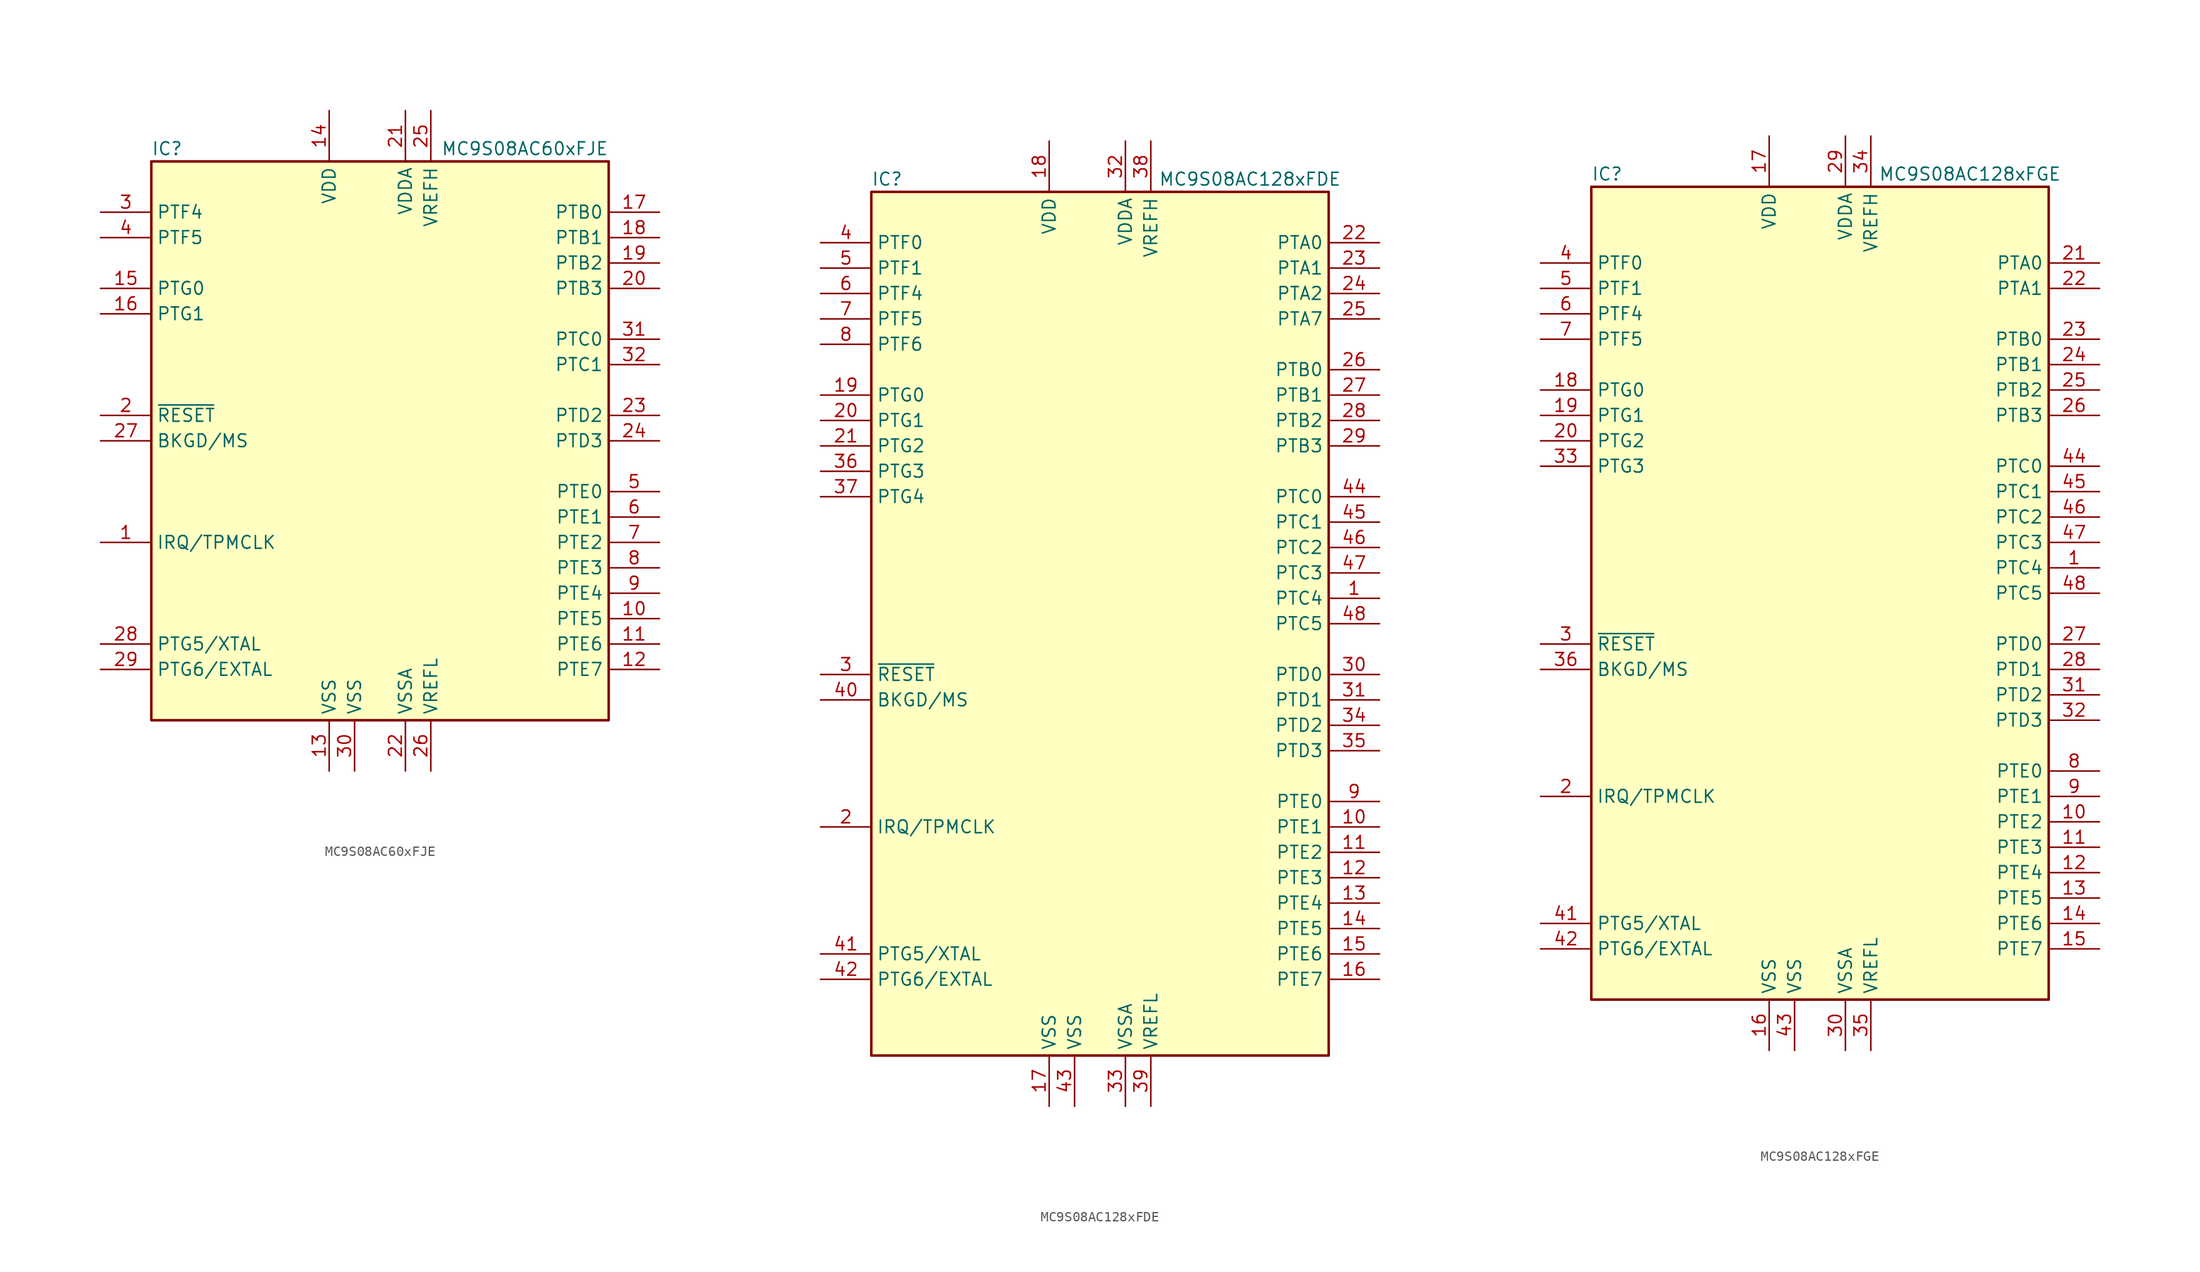
<source format=kicad_sym>
(kicad_symbol_lib
  (version 20201005)
  (generator kicad_symbol_editor)
  (symbol "MCU_NXP_S08:MC9S08AC60xFJE"
    (property "Reference" "IC"
      (at -22.86 29.21 0)
      (effects (font (size 1.27 1.27)) (justify left)))
    (property "Value" "MC9S08AC60xFJE"
      (at 22.86 29.21 0)
      (effects (font (size 1.27 1.27)) (justify right)))
    (symbol "MC9S08AC60xFJE_0_1"
      (rectangle (start -22.86 27.94) (end 22.86 -27.94) (stroke (width 0.254)) (fill (type background))))
    (symbol "MC9S08AC60xFJE_1_1"
      (pin input line (at -27.94 -10.16 0) (length 5.08) (name "IRQ/TPMCLK" (effects (font (size 1.27 1.27)))) (number "1" (effects (font (size 1.27 1.27)))))
      (pin bidirectional line (at 27.94 -17.78 180) (length 5.08) (name "PTE5" (effects (font (size 1.27 1.27)))) (number "10" (effects (font (size 1.27 1.27)))))
      (pin bidirectional line (at 27.94 -20.32 180) (length 5.08) (name "PTE6" (effects (font (size 1.27 1.27)))) (number "11" (effects (font (size 1.27 1.27)))))
      (pin bidirectional line (at 27.94 -22.86 180) (length 5.08) (name "PTE7" (effects (font (size 1.27 1.27)))) (number "12" (effects (font (size 1.27 1.27)))))
      (pin power_in line (at -5.08 -33.02 90) (length 5.08) (name "VSS" (effects (font (size 1.27 1.27)))) (number "13" (effects (font (size 1.27 1.27)))))
      (pin power_in line (at -5.08 33.02 270) (length 5.08) (name "VDD" (effects (font (size 1.27 1.27)))) (number "14" (effects (font (size 1.27 1.27)))))
      (pin bidirectional line (at -27.94 15.24 0) (length 5.08) (name "PTG0" (effects (font (size 1.27 1.27)))) (number "15" (effects (font (size 1.27 1.27)))))
      (pin bidirectional line (at -27.94 12.7 0) (length 5.08) (name "PTG1" (effects (font (size 1.27 1.27)))) (number "16" (effects (font (size 1.27 1.27)))))
      (pin bidirectional line (at 27.94 22.86 180) (length 5.08) (name "PTB0" (effects (font (size 1.27 1.27)))) (number "17" (effects (font (size 1.27 1.27)))))
      (pin bidirectional line (at 27.94 20.32 180) (length 5.08) (name "PTB1" (effects (font (size 1.27 1.27)))) (number "18" (effects (font (size 1.27 1.27)))))
      (pin bidirectional line (at 27.94 17.78 180) (length 5.08) (name "PTB2" (effects (font (size 1.27 1.27)))) (number "19" (effects (font (size 1.27 1.27)))))
      (pin input line (at -27.94 2.54 0) (length 5.08) (name "~RESET" (effects (font (size 1.27 1.27)))) (number "2" (effects (font (size 1.27 1.27)))))
      (pin bidirectional line (at 27.94 15.24 180) (length 5.08) (name "PTB3" (effects (font (size 1.27 1.27)))) (number "20" (effects (font (size 1.27 1.27)))))
      (pin power_in line (at 2.54 33.02 270) (length 5.08) (name "VDDA" (effects (font (size 1.27 1.27)))) (number "21" (effects (font (size 1.27 1.27)))))
      (pin power_in line (at 2.54 -33.02 90) (length 5.08) (name "VSSA" (effects (font (size 1.27 1.27)))) (number "22" (effects (font (size 1.27 1.27)))))
      (pin bidirectional line (at 27.94 2.54 180) (length 5.08) (name "PTD2" (effects (font (size 1.27 1.27)))) (number "23" (effects (font (size 1.27 1.27)))))
      (pin bidirectional line (at 27.94 0 180) (length 5.08) (name "PTD3" (effects (font (size 1.27 1.27)))) (number "24" (effects (font (size 1.27 1.27)))))
      (pin power_in line (at 5.08 33.02 270) (length 5.08) (name "VREFH" (effects (font (size 1.27 1.27)))) (number "25" (effects (font (size 1.27 1.27)))))
      (pin power_in line (at 5.08 -33.02 90) (length 5.08) (name "VREFL" (effects (font (size 1.27 1.27)))) (number "26" (effects (font (size 1.27 1.27)))))
      (pin bidirectional line (at -27.94 0 0) (length 5.08) (name "BKGD/MS" (effects (font (size 1.27 1.27)))) (number "27" (effects (font (size 1.27 1.27)))))
      (pin bidirectional line (at -27.94 -20.32 0) (length 5.08) (name "PTG5/XTAL" (effects (font (size 1.27 1.27)))) (number "28" (effects (font (size 1.27 1.27)))))
      (pin bidirectional line (at -27.94 -22.86 0) (length 5.08) (name "PTG6/EXTAL" (effects (font (size 1.27 1.27)))) (number "29" (effects (font (size 1.27 1.27)))))
      (pin bidirectional line (at -27.94 22.86 0) (length 5.08) (name "PTF4" (effects (font (size 1.27 1.27)))) (number "3" (effects (font (size 1.27 1.27)))))
      (pin power_in line (at -2.54 -33.02 90) (length 5.08) (name "VSS" (effects (font (size 1.27 1.27)))) (number "30" (effects (font (size 1.27 1.27)))))
      (pin bidirectional line (at 27.94 10.16 180) (length 5.08) (name "PTC0" (effects (font (size 1.27 1.27)))) (number "31" (effects (font (size 1.27 1.27)))))
      (pin bidirectional line (at 27.94 7.62 180) (length 5.08) (name "PTC1" (effects (font (size 1.27 1.27)))) (number "32" (effects (font (size 1.27 1.27)))))
      (pin bidirectional line (at -27.94 20.32 0) (length 5.08) (name "PTF5" (effects (font (size 1.27 1.27)))) (number "4" (effects (font (size 1.27 1.27)))))
      (pin bidirectional line (at 27.94 -5.08 180) (length 5.08) (name "PTE0" (effects (font (size 1.27 1.27)))) (number "5" (effects (font (size 1.27 1.27)))))
      (pin bidirectional line (at 27.94 -7.62 180) (length 5.08) (name "PTE1" (effects (font (size 1.27 1.27)))) (number "6" (effects (font (size 1.27 1.27)))))
      (pin bidirectional line (at 27.94 -10.16 180) (length 5.08) (name "PTE2" (effects (font (size 1.27 1.27)))) (number "7" (effects (font (size 1.27 1.27)))))
      (pin bidirectional line (at 27.94 -12.7 180) (length 5.08) (name "PTE3" (effects (font (size 1.27 1.27)))) (number "8" (effects (font (size 1.27 1.27)))))
      (pin bidirectional line (at 27.94 -15.24 180) (length 5.08) (name "PTE4" (effects (font (size 1.27 1.27)))) (number "9" (effects (font (size 1.27 1.27)))))))
  (symbol "MCU_NXP_S08:MC9S08AC128xFDE"
    (property "Reference" "IC"
      (at -22.86 44.45 0)
      (effects (font (size 1.27 1.27)) (justify left)))
    (property "Value" "MC9S08AC128xFDE"
      (at 24.13 44.45 0)
      (effects (font (size 1.27 1.27)) (justify right)))
    (symbol "MC9S08AC128xFDE_0_1"
      (rectangle (start -22.86 43.18) (end 22.86 -43.18) (stroke (width 0.254)) (fill (type background))))
    (symbol "MC9S08AC128xFDE_1_1"
      (pin bidirectional line (at 27.94 2.54 180) (length 5.08) (name "PTC4" (effects (font (size 1.27 1.27)))) (number "1" (effects (font (size 1.27 1.27)))))
      (pin bidirectional line (at 27.94 -20.32 180) (length 5.08) (name "PTE1" (effects (font (size 1.27 1.27)))) (number "10" (effects (font (size 1.27 1.27)))))
      (pin bidirectional line (at 27.94 -22.86 180) (length 5.08) (name "PTE2" (effects (font (size 1.27 1.27)))) (number "11" (effects (font (size 1.27 1.27)))))
      (pin bidirectional line (at 27.94 -25.4 180) (length 5.08) (name "PTE3" (effects (font (size 1.27 1.27)))) (number "12" (effects (font (size 1.27 1.27)))))
      (pin bidirectional line (at 27.94 -27.94 180) (length 5.08) (name "PTE4" (effects (font (size 1.27 1.27)))) (number "13" (effects (font (size 1.27 1.27)))))
      (pin bidirectional line (at 27.94 -30.48 180) (length 5.08) (name "PTE5" (effects (font (size 1.27 1.27)))) (number "14" (effects (font (size 1.27 1.27)))))
      (pin bidirectional line (at 27.94 -33.02 180) (length 5.08) (name "PTE6" (effects (font (size 1.27 1.27)))) (number "15" (effects (font (size 1.27 1.27)))))
      (pin bidirectional line (at 27.94 -35.56 180) (length 5.08) (name "PTE7" (effects (font (size 1.27 1.27)))) (number "16" (effects (font (size 1.27 1.27)))))
      (pin power_in line (at -5.08 -48.26 90) (length 5.08) (name "VSS" (effects (font (size 1.27 1.27)))) (number "17" (effects (font (size 1.27 1.27)))))
      (pin power_in line (at -5.08 48.26 270) (length 5.08) (name "VDD" (effects (font (size 1.27 1.27)))) (number "18" (effects (font (size 1.27 1.27)))))
      (pin bidirectional line (at -27.94 22.86 0) (length 5.08) (name "PTG0" (effects (font (size 1.27 1.27)))) (number "19" (effects (font (size 1.27 1.27)))))
      (pin input line (at -27.94 -20.32 0) (length 5.08) (name "IRQ/TPMCLK" (effects (font (size 1.27 1.27)))) (number "2" (effects (font (size 1.27 1.27)))))
      (pin bidirectional line (at -27.94 20.32 0) (length 5.08) (name "PTG1" (effects (font (size 1.27 1.27)))) (number "20" (effects (font (size 1.27 1.27)))))
      (pin bidirectional line (at -27.94 17.78 0) (length 5.08) (name "PTG2" (effects (font (size 1.27 1.27)))) (number "21" (effects (font (size 1.27 1.27)))))
      (pin bidirectional line (at 27.94 38.1 180) (length 5.08) (name "PTA0" (effects (font (size 1.27 1.27)))) (number "22" (effects (font (size 1.27 1.27)))))
      (pin bidirectional line (at 27.94 35.56 180) (length 5.08) (name "PTA1" (effects (font (size 1.27 1.27)))) (number "23" (effects (font (size 1.27 1.27)))))
      (pin bidirectional line (at 27.94 33.02 180) (length 5.08) (name "PTA2" (effects (font (size 1.27 1.27)))) (number "24" (effects (font (size 1.27 1.27)))))
      (pin bidirectional line (at 27.94 30.48 180) (length 5.08) (name "PTA7" (effects (font (size 1.27 1.27)))) (number "25" (effects (font (size 1.27 1.27)))))
      (pin bidirectional line (at 27.94 25.4 180) (length 5.08) (name "PTB0" (effects (font (size 1.27 1.27)))) (number "26" (effects (font (size 1.27 1.27)))))
      (pin bidirectional line (at 27.94 22.86 180) (length 5.08) (name "PTB1" (effects (font (size 1.27 1.27)))) (number "27" (effects (font (size 1.27 1.27)))))
      (pin bidirectional line (at 27.94 20.32 180) (length 5.08) (name "PTB2" (effects (font (size 1.27 1.27)))) (number "28" (effects (font (size 1.27 1.27)))))
      (pin bidirectional line (at 27.94 17.78 180) (length 5.08) (name "PTB3" (effects (font (size 1.27 1.27)))) (number "29" (effects (font (size 1.27 1.27)))))
      (pin input line (at -27.94 -5.08 0) (length 5.08) (name "~RESET" (effects (font (size 1.27 1.27)))) (number "3" (effects (font (size 1.27 1.27)))))
      (pin bidirectional line (at 27.94 -5.08 180) (length 5.08) (name "PTD0" (effects (font (size 1.27 1.27)))) (number "30" (effects (font (size 1.27 1.27)))))
      (pin bidirectional line (at 27.94 -7.62 180) (length 5.08) (name "PTD1" (effects (font (size 1.27 1.27)))) (number "31" (effects (font (size 1.27 1.27)))))
      (pin power_in line (at 2.54 48.26 270) (length 5.08) (name "VDDA" (effects (font (size 1.27 1.27)))) (number "32" (effects (font (size 1.27 1.27)))))
      (pin power_in line (at 2.54 -48.26 90) (length 5.08) (name "VSSA" (effects (font (size 1.27 1.27)))) (number "33" (effects (font (size 1.27 1.27)))))
      (pin bidirectional line (at 27.94 -10.16 180) (length 5.08) (name "PTD2" (effects (font (size 1.27 1.27)))) (number "34" (effects (font (size 1.27 1.27)))))
      (pin bidirectional line (at 27.94 -12.7 180) (length 5.08) (name "PTD3" (effects (font (size 1.27 1.27)))) (number "35" (effects (font (size 1.27 1.27)))))
      (pin bidirectional line (at -27.94 15.24 0) (length 5.08) (name "PTG3" (effects (font (size 1.27 1.27)))) (number "36" (effects (font (size 1.27 1.27)))))
      (pin bidirectional line (at -27.94 12.7 0) (length 5.08) (name "PTG4" (effects (font (size 1.27 1.27)))) (number "37" (effects (font (size 1.27 1.27)))))
      (pin power_in line (at 5.08 48.26 270) (length 5.08) (name "VREFH" (effects (font (size 1.27 1.27)))) (number "38" (effects (font (size 1.27 1.27)))))
      (pin power_in line (at 5.08 -48.26 90) (length 5.08) (name "VREFL" (effects (font (size 1.27 1.27)))) (number "39" (effects (font (size 1.27 1.27)))))
      (pin bidirectional line (at -27.94 38.1 0) (length 5.08) (name "PTF0" (effects (font (size 1.27 1.27)))) (number "4" (effects (font (size 1.27 1.27)))))
      (pin bidirectional line (at -27.94 -7.62 0) (length 5.08) (name "BKGD/MS" (effects (font (size 1.27 1.27)))) (number "40" (effects (font (size 1.27 1.27)))))
      (pin bidirectional line (at -27.94 -33.02 0) (length 5.08) (name "PTG5/XTAL" (effects (font (size 1.27 1.27)))) (number "41" (effects (font (size 1.27 1.27)))))
      (pin bidirectional line (at -27.94 -35.56 0) (length 5.08) (name "PTG6/EXTAL" (effects (font (size 1.27 1.27)))) (number "42" (effects (font (size 1.27 1.27)))))
      (pin power_in line (at -2.54 -48.26 90) (length 5.08) (name "VSS" (effects (font (size 1.27 1.27)))) (number "43" (effects (font (size 1.27 1.27)))))
      (pin bidirectional line (at 27.94 12.7 180) (length 5.08) (name "PTC0" (effects (font (size 1.27 1.27)))) (number "44" (effects (font (size 1.27 1.27)))))
      (pin bidirectional line (at 27.94 10.16 180) (length 5.08) (name "PTC1" (effects (font (size 1.27 1.27)))) (number "45" (effects (font (size 1.27 1.27)))))
      (pin bidirectional line (at 27.94 7.62 180) (length 5.08) (name "PTC2" (effects (font (size 1.27 1.27)))) (number "46" (effects (font (size 1.27 1.27)))))
      (pin bidirectional line (at 27.94 5.08 180) (length 5.08) (name "PTC3" (effects (font (size 1.27 1.27)))) (number "47" (effects (font (size 1.27 1.27)))))
      (pin bidirectional line (at 27.94 0 180) (length 5.08) (name "PTC5" (effects (font (size 1.27 1.27)))) (number "48" (effects (font (size 1.27 1.27)))))
      (pin bidirectional line (at -27.94 35.56 0) (length 5.08) (name "PTF1" (effects (font (size 1.27 1.27)))) (number "5" (effects (font (size 1.27 1.27)))))
      (pin bidirectional line (at -27.94 33.02 0) (length 5.08) (name "PTF4" (effects (font (size 1.27 1.27)))) (number "6" (effects (font (size 1.27 1.27)))))
      (pin bidirectional line (at -27.94 30.48 0) (length 5.08) (name "PTF5" (effects (font (size 1.27 1.27)))) (number "7" (effects (font (size 1.27 1.27)))))
      (pin bidirectional line (at -27.94 27.94 0) (length 5.08) (name "PTF6" (effects (font (size 1.27 1.27)))) (number "8" (effects (font (size 1.27 1.27)))))
      (pin bidirectional line (at 27.94 -17.78 180) (length 5.08) (name "PTE0" (effects (font (size 1.27 1.27)))) (number "9" (effects (font (size 1.27 1.27)))))))
  (symbol "MCU_NXP_S08:MC9S08AC128xFGE"
    (property "Reference" "IC"
      (at -22.86 41.91 0)
      (effects (font (size 1.27 1.27)) (justify left)))
    (property "Value" "MC9S08AC128xFGE"
      (at 24.13 41.91 0)
      (effects (font (size 1.27 1.27)) (justify right)))
    (symbol "MC9S08AC128xFGE_0_1"
      (rectangle (start -22.86 40.64) (end 22.86 -40.64) (stroke (width 0.254)) (fill (type background))))
    (symbol "MC9S08AC128xFGE_1_1"
      (pin bidirectional line (at 27.94 2.54 180) (length 5.08) (name "PTC4" (effects (font (size 1.27 1.27)))) (number "1" (effects (font (size 1.27 1.27)))))
      (pin bidirectional line (at 27.94 -22.86 180) (length 5.08) (name "PTE2" (effects (font (size 1.27 1.27)))) (number "10" (effects (font (size 1.27 1.27)))))
      (pin bidirectional line (at 27.94 -25.4 180) (length 5.08) (name "PTE3" (effects (font (size 1.27 1.27)))) (number "11" (effects (font (size 1.27 1.27)))))
      (pin bidirectional line (at 27.94 -27.94 180) (length 5.08) (name "PTE4" (effects (font (size 1.27 1.27)))) (number "12" (effects (font (size 1.27 1.27)))))
      (pin bidirectional line (at 27.94 -30.48 180) (length 5.08) (name "PTE5" (effects (font (size 1.27 1.27)))) (number "13" (effects (font (size 1.27 1.27)))))
      (pin bidirectional line (at 27.94 -33.02 180) (length 5.08) (name "PTE6" (effects (font (size 1.27 1.27)))) (number "14" (effects (font (size 1.27 1.27)))))
      (pin bidirectional line (at 27.94 -35.56 180) (length 5.08) (name "PTE7" (effects (font (size 1.27 1.27)))) (number "15" (effects (font (size 1.27 1.27)))))
      (pin power_in line (at -5.08 -45.72 90) (length 5.08) (name "VSS" (effects (font (size 1.27 1.27)))) (number "16" (effects (font (size 1.27 1.27)))))
      (pin power_in line (at -5.08 45.72 270) (length 5.08) (name "VDD" (effects (font (size 1.27 1.27)))) (number "17" (effects (font (size 1.27 1.27)))))
      (pin bidirectional line (at -27.94 20.32 0) (length 5.08) (name "PTG0" (effects (font (size 1.27 1.27)))) (number "18" (effects (font (size 1.27 1.27)))))
      (pin bidirectional line (at -27.94 17.78 0) (length 5.08) (name "PTG1" (effects (font (size 1.27 1.27)))) (number "19" (effects (font (size 1.27 1.27)))))
      (pin input line (at -27.94 -20.32 0) (length 5.08) (name "IRQ/TPMCLK" (effects (font (size 1.27 1.27)))) (number "2" (effects (font (size 1.27 1.27)))))
      (pin bidirectional line (at -27.94 15.24 0) (length 5.08) (name "PTG2" (effects (font (size 1.27 1.27)))) (number "20" (effects (font (size 1.27 1.27)))))
      (pin bidirectional line (at 27.94 33.02 180) (length 5.08) (name "PTA0" (effects (font (size 1.27 1.27)))) (number "21" (effects (font (size 1.27 1.27)))))
      (pin bidirectional line (at 27.94 30.48 180) (length 5.08) (name "PTA1" (effects (font (size 1.27 1.27)))) (number "22" (effects (font (size 1.27 1.27)))))
      (pin bidirectional line (at 27.94 25.4 180) (length 5.08) (name "PTB0" (effects (font (size 1.27 1.27)))) (number "23" (effects (font (size 1.27 1.27)))))
      (pin bidirectional line (at 27.94 22.86 180) (length 5.08) (name "PTB1" (effects (font (size 1.27 1.27)))) (number "24" (effects (font (size 1.27 1.27)))))
      (pin bidirectional line (at 27.94 20.32 180) (length 5.08) (name "PTB2" (effects (font (size 1.27 1.27)))) (number "25" (effects (font (size 1.27 1.27)))))
      (pin bidirectional line (at 27.94 17.78 180) (length 5.08) (name "PTB3" (effects (font (size 1.27 1.27)))) (number "26" (effects (font (size 1.27 1.27)))))
      (pin bidirectional line (at 27.94 -5.08 180) (length 5.08) (name "PTD0" (effects (font (size 1.27 1.27)))) (number "27" (effects (font (size 1.27 1.27)))))
      (pin bidirectional line (at 27.94 -7.62 180) (length 5.08) (name "PTD1" (effects (font (size 1.27 1.27)))) (number "28" (effects (font (size 1.27 1.27)))))
      (pin power_in line (at 2.54 45.72 270) (length 5.08) (name "VDDA" (effects (font (size 1.27 1.27)))) (number "29" (effects (font (size 1.27 1.27)))))
      (pin input line (at -27.94 -5.08 0) (length 5.08) (name "~RESET" (effects (font (size 1.27 1.27)))) (number "3" (effects (font (size 1.27 1.27)))))
      (pin power_in line (at 2.54 -45.72 90) (length 5.08) (name "VSSA" (effects (font (size 1.27 1.27)))) (number "30" (effects (font (size 1.27 1.27)))))
      (pin bidirectional line (at 27.94 -10.16 180) (length 5.08) (name "PTD2" (effects (font (size 1.27 1.27)))) (number "31" (effects (font (size 1.27 1.27)))))
      (pin bidirectional line (at 27.94 -12.7 180) (length 5.08) (name "PTD3" (effects (font (size 1.27 1.27)))) (number "32" (effects (font (size 1.27 1.27)))))
      (pin bidirectional line (at -27.94 12.7 0) (length 5.08) (name "PTG3" (effects (font (size 1.27 1.27)))) (number "33" (effects (font (size 1.27 1.27)))))
      (pin power_in line (at 5.08 45.72 270) (length 5.08) (name "VREFH" (effects (font (size 1.27 1.27)))) (number "34" (effects (font (size 1.27 1.27)))))
      (pin power_in line (at 5.08 -45.72 90) (length 5.08) (name "VREFL" (effects (font (size 1.27 1.27)))) (number "35" (effects (font (size 1.27 1.27)))))
      (pin bidirectional line (at -27.94 -7.62 0) (length 5.08) (name "BKGD/MS" (effects (font (size 1.27 1.27)))) (number "36" (effects (font (size 1.27 1.27)))))
      (pin bidirectional line (at -27.94 33.02 0) (length 5.08) (name "PTF0" (effects (font (size 1.27 1.27)))) (number "4" (effects (font (size 1.27 1.27)))))
      (pin bidirectional line (at -27.94 -33.02 0) (length 5.08) (name "PTG5/XTAL" (effects (font (size 1.27 1.27)))) (number "41" (effects (font (size 1.27 1.27)))))
      (pin bidirectional line (at -27.94 -35.56 0) (length 5.08) (name "PTG6/EXTAL" (effects (font (size 1.27 1.27)))) (number "42" (effects (font (size 1.27 1.27)))))
      (pin power_in line (at -2.54 -45.72 90) (length 5.08) (name "VSS" (effects (font (size 1.27 1.27)))) (number "43" (effects (font (size 1.27 1.27)))))
      (pin bidirectional line (at 27.94 12.7 180) (length 5.08) (name "PTC0" (effects (font (size 1.27 1.27)))) (number "44" (effects (font (size 1.27 1.27)))))
      (pin bidirectional line (at 27.94 10.16 180) (length 5.08) (name "PTC1" (effects (font (size 1.27 1.27)))) (number "45" (effects (font (size 1.27 1.27)))))
      (pin bidirectional line (at 27.94 7.62 180) (length 5.08) (name "PTC2" (effects (font (size 1.27 1.27)))) (number "46" (effects (font (size 1.27 1.27)))))
      (pin bidirectional line (at 27.94 5.08 180) (length 5.08) (name "PTC3" (effects (font (size 1.27 1.27)))) (number "47" (effects (font (size 1.27 1.27)))))
      (pin bidirectional line (at 27.94 0 180) (length 5.08) (name "PTC5" (effects (font (size 1.27 1.27)))) (number "48" (effects (font (size 1.27 1.27)))))
      (pin bidirectional line (at -27.94 30.48 0) (length 5.08) (name "PTF1" (effects (font (size 1.27 1.27)))) (number "5" (effects (font (size 1.27 1.27)))))
      (pin bidirectional line (at -27.94 27.94 0) (length 5.08) (name "PTF4" (effects (font (size 1.27 1.27)))) (number "6" (effects (font (size 1.27 1.27)))))
      (pin bidirectional line (at -27.94 25.4 0) (length 5.08) (name "PTF5" (effects (font (size 1.27 1.27)))) (number "7" (effects (font (size 1.27 1.27)))))
      (pin bidirectional line (at 27.94 -17.78 180) (length 5.08) (name "PTE0" (effects (font (size 1.27 1.27)))) (number "8" (effects (font (size 1.27 1.27)))))
      (pin bidirectional line (at 27.94 -20.32 180) (length 5.08) (name "PTE1" (effects (font (size 1.27 1.27)))) (number "9" (effects (font (size 1.27 1.27))))))))
</source>
